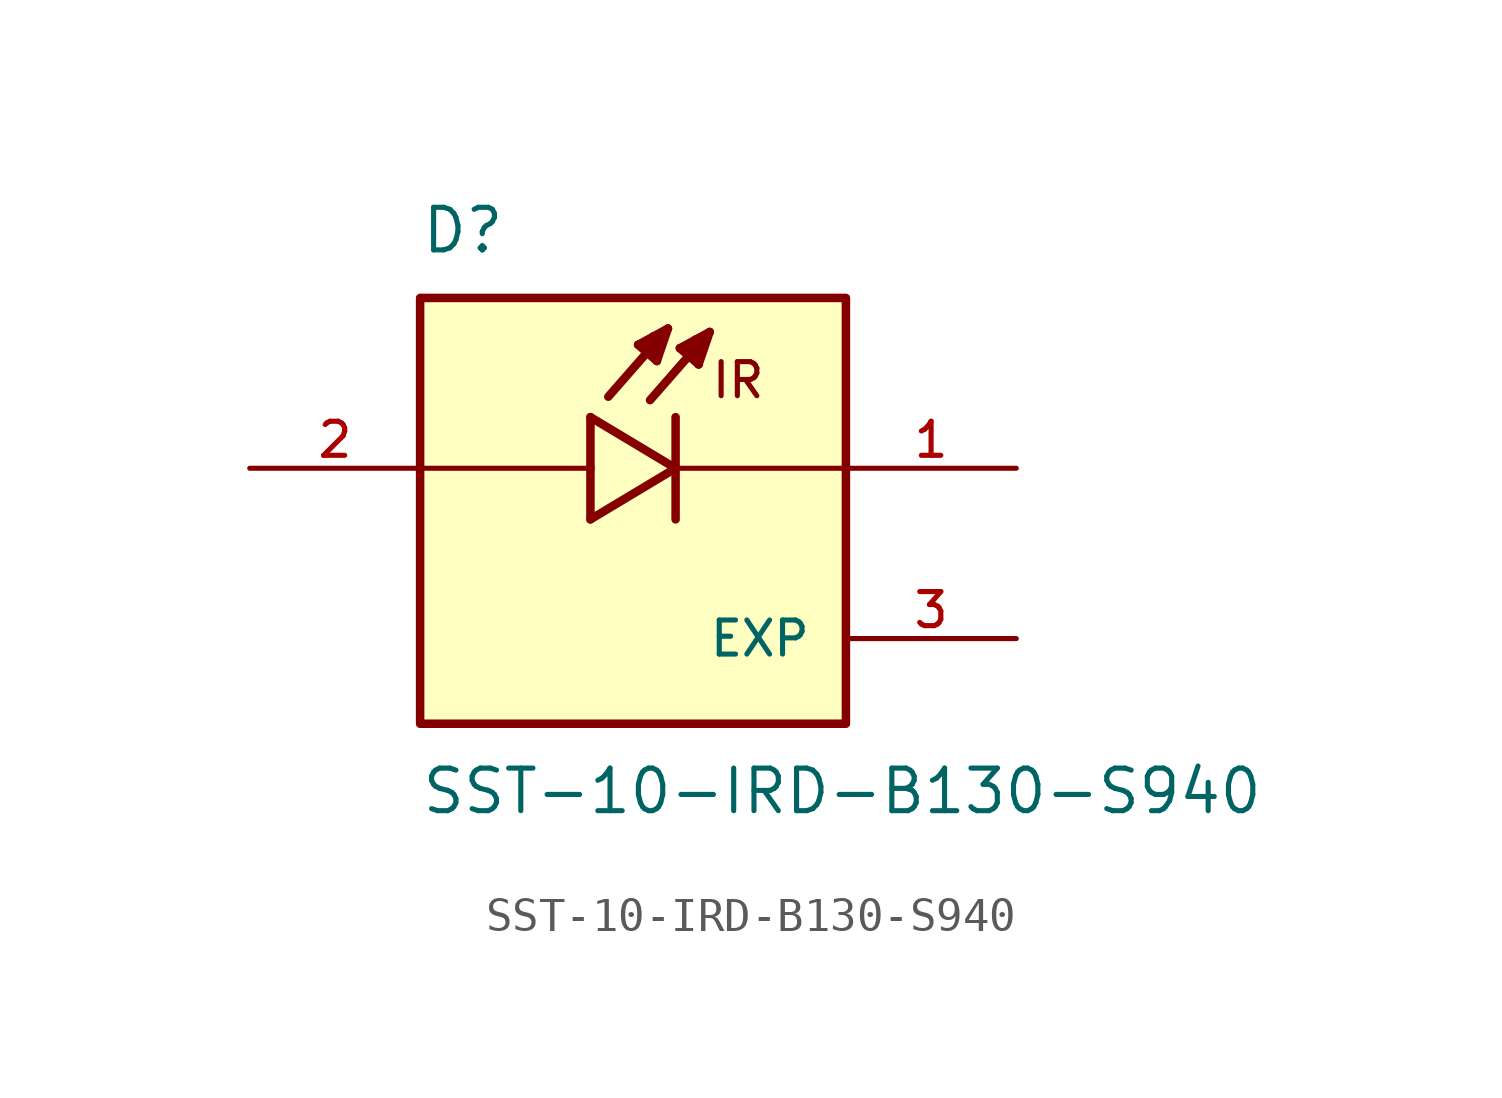
<source format=kicad_sym>
(kicad_symbol_lib
  (version 20211014)
  (generator kicad_symbol_editor)
  (symbol "SST-10-IRD-B130-S940"
    (pin_names
      (offset 1.016))
    (property "Reference" "D"
      (at -7.62 6.35 0)
      (effects (font (size 1.27 1.27)) (justify bottom left)))
    (property "Value" "SST-10-IRD-B130-S940"
      (at -7.62 -8.89 0)
      (effects (font (size 1.27 1.27)) (justify top left)))
    (symbol "SST-10-IRD-B130-S940_0_0"
      (polyline (pts (xy -2.54 1.524) (xy -2.54 0.0)) (stroke (width 0.254)))
      (polyline (pts (xy -2.54 0.0) (xy -2.54 -1.524)) (stroke (width 0.254)))
      (polyline (pts (xy -2.54 -1.524) (xy 0.0 0.0)) (stroke (width 0.254)))
      (polyline (pts (xy 0.0 0.0) (xy -2.54 1.524)) (stroke (width 0.254)))
      (polyline (pts (xy 0.0 1.524) (xy 0.0 0.0)) (stroke (width 0.254)))
      (polyline (pts (xy 0.0 0.0) (xy 0.0 -1.524)) (stroke (width 0.254)))
      (polyline (pts (xy -2.54 0.0) (xy -7.62 0.0)) (stroke (width 0.152)))
      (text "IR" (at 1.016 2.032 0) (effects (font (size 1.016 1.016)) (justify bottom left)))
      (polyline (pts (xy 1.016 4.064) (xy -0.762 2.032)) (stroke (width 0.254)))
      (polyline (pts (xy 0.686 3.099) (xy 0.127 3.581)) (stroke (width 0.254)))
      (polyline (pts (xy 0.127 3.581) (xy 1.016 4.064)) (stroke (width 0.254)))
      (polyline (pts (xy 1.016 4.064) (xy 0.686 3.099)) (stroke (width 0.254)))
      (polyline (pts (xy 0.686 3.099) (xy 0.711 3.835)) (stroke (width 0.254)))
      (polyline (pts (xy 0.711 3.835) (xy 0.584 3.835)) (stroke (width 0.254)))
      (polyline (pts (xy 0.305 3.505) (xy 0.533 3.658)) (stroke (width 0.254)))
      (polyline (pts (xy -0.229 4.166) (xy -2.007 2.134)) (stroke (width 0.254)))
      (polyline (pts (xy -0.559 3.2) (xy -1.118 3.683)) (stroke (width 0.254)))
      (polyline (pts (xy -1.118 3.683) (xy -0.229 4.166)) (stroke (width 0.254)))
      (polyline (pts (xy -0.229 4.166) (xy -0.559 3.2)) (stroke (width 0.254)))
      (polyline (pts (xy -0.559 3.2) (xy -0.533 3.937)) (stroke (width 0.254)))
      (polyline (pts (xy -0.533 3.937) (xy -0.66 3.937)) (stroke (width 0.254)))
      (polyline (pts (xy -0.94 3.607) (xy -0.711 3.759)) (stroke (width 0.254)))
      (polyline (pts (xy 5.08 0.0) (xy 0.0 0.0)) (stroke (width 0.152)))
      (rectangle (start -7.62 -7.62) (end 5.08 5.08) (stroke (width 0.254)) (fill (type background)))
      (pin passive line (at 10.16 0.0 180.0) (length 5.08) (name "~" (effects (font (size 1.016 1.016)))) (number "1" (effects (font (size 1.016 1.016)))))
      (pin passive line (at -12.7 0.0 0) (length 5.08) (name "~" (effects (font (size 1.016 1.016)))) (number "2" (effects (font (size 1.016 1.016)))))
      (pin passive line (at 10.16 -5.08 180.0) (length 5.08) (name "EXP" (effects (font (size 1.016 1.016)))) (number "3" (effects (font (size 1.016 1.016))))))))
</source>
